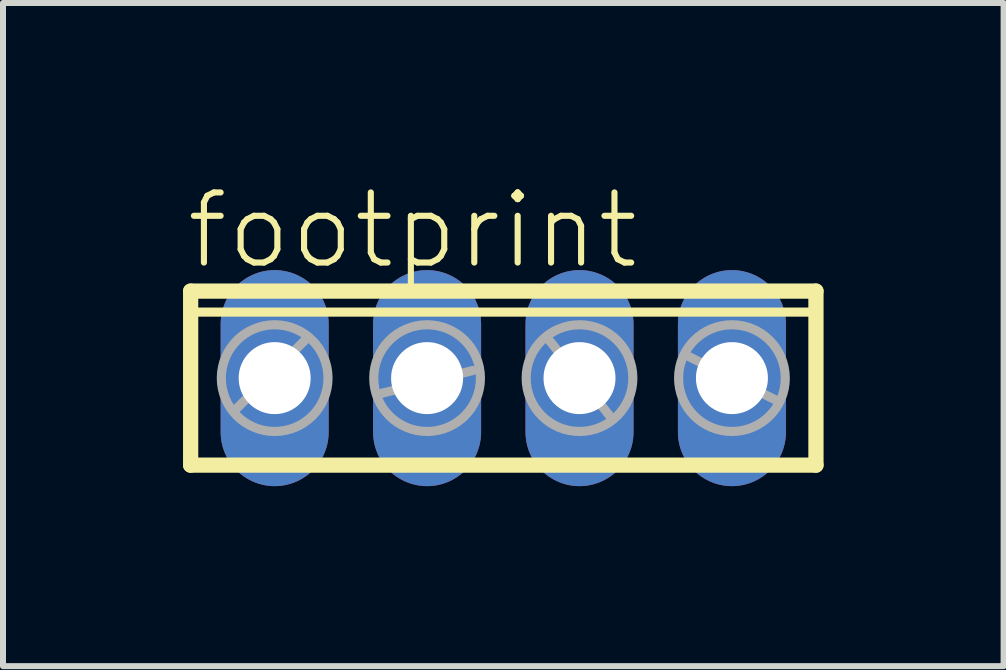
<source format=kicad_pcb>
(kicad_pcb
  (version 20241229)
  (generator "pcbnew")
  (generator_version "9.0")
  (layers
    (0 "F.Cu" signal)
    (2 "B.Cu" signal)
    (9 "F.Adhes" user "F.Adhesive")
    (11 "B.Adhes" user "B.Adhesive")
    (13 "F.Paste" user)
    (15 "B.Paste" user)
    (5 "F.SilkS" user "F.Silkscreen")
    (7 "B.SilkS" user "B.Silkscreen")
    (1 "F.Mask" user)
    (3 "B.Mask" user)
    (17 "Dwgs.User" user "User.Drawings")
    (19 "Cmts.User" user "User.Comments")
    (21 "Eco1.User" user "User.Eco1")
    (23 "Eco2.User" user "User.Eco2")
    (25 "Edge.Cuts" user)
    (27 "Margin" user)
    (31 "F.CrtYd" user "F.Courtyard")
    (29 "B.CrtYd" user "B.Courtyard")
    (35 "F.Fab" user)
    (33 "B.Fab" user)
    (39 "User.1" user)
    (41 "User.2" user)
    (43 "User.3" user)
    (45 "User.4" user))
  (footprint "footprint"
    (layer "F.Cu")
    (at 5.337 3.251)
    (property "Reference" "footprint" (at -5.334 -1.778 0) (layer "F.SilkS") (effects (font (size 1.168 1.168) (thickness 0.102)) (justify left bottom)))
    (fp_line (start -5.21 -1.45) (end -5.21 1.45) (stroke (width 0.254) (type solid)) (layer "F.SilkS"))
    (fp_line (start -5.21 1.45) (end 5.21 1.45) (stroke (width 0.254) (type solid)) (layer "F.SilkS"))
    (fp_line (start -5.1 -1.1) (end 5.1 -1.1) (stroke (width 0.152) (type solid)) (layer "F.SilkS"))
    (fp_line (start 5.21 -1.45) (end -5.21 -1.45) (stroke (width 0.254) (type solid)) (layer "F.SilkS"))
    (fp_line (start 5.21 1.45) (end 5.21 -1.45) (stroke (width 0.254) (type solid)) (layer "F.SilkS"))
    (fp_line (start -4.445 0.508) (end -3.302 -0.635) (stroke (width 0.152) (type solid)) (layer "F.Fab"))
    (fp_line (start -2.032 0.254) (end -0.508 -0.127) (stroke (width 0.152) (type solid)) (layer "F.Fab"))
    (fp_line (start 0.762 -0.635) (end 1.778 0.635) (stroke (width 0.152) (type solid)) (layer "F.Fab"))
    (fp_line (start 3.048 -0.381) (end 4.572 0.381) (stroke (width 0.152) (type solid)) (layer "F.Fab"))
    (fp_circle (center -3.81 0) (end -2.921 0) (stroke (width 0.152) (type solid)) (fill no) (layer "F.Fab"))
    (fp_circle (center -1.27 0) (end -0.381 0) (stroke (width 0.152) (type solid)) (fill no) (layer "F.Fab"))
    (fp_circle (center 1.27 0) (end 2.159 0) (stroke (width 0.152) (type solid)) (fill no) (layer "F.Fab"))
    (fp_circle (center 3.81 0) (end 4.699 0) (stroke (width 0.152) (type solid)) (fill no) (layer "F.Fab"))
    (pad "1" thru_hole oval (at -3.81 0 90) (size 3.6 1.8) (drill 1.2) (layers "*.Cu" "*.Mask"))
    (pad "2" thru_hole oval (at -1.27 0 90) (size 3.6 1.8) (drill 1.2) (layers "*.Cu" "*.Mask"))
    (pad "3" thru_hole oval (at 1.27 0 90) (size 3.6 1.8) (drill 1.2) (layers "*.Cu" "*.Mask"))
    (pad "4" thru_hole oval (at 3.81 0 90) (size 3.6 1.8) (drill 1.2) (layers "*.Cu" "*.Mask")))
  (gr_rect
    (start -3 -3)
    (end 13.674 8.051)
    (stroke (width 0.1) (type default))
    (fill no)
    (layer "Edge.Cuts")))
</source>
